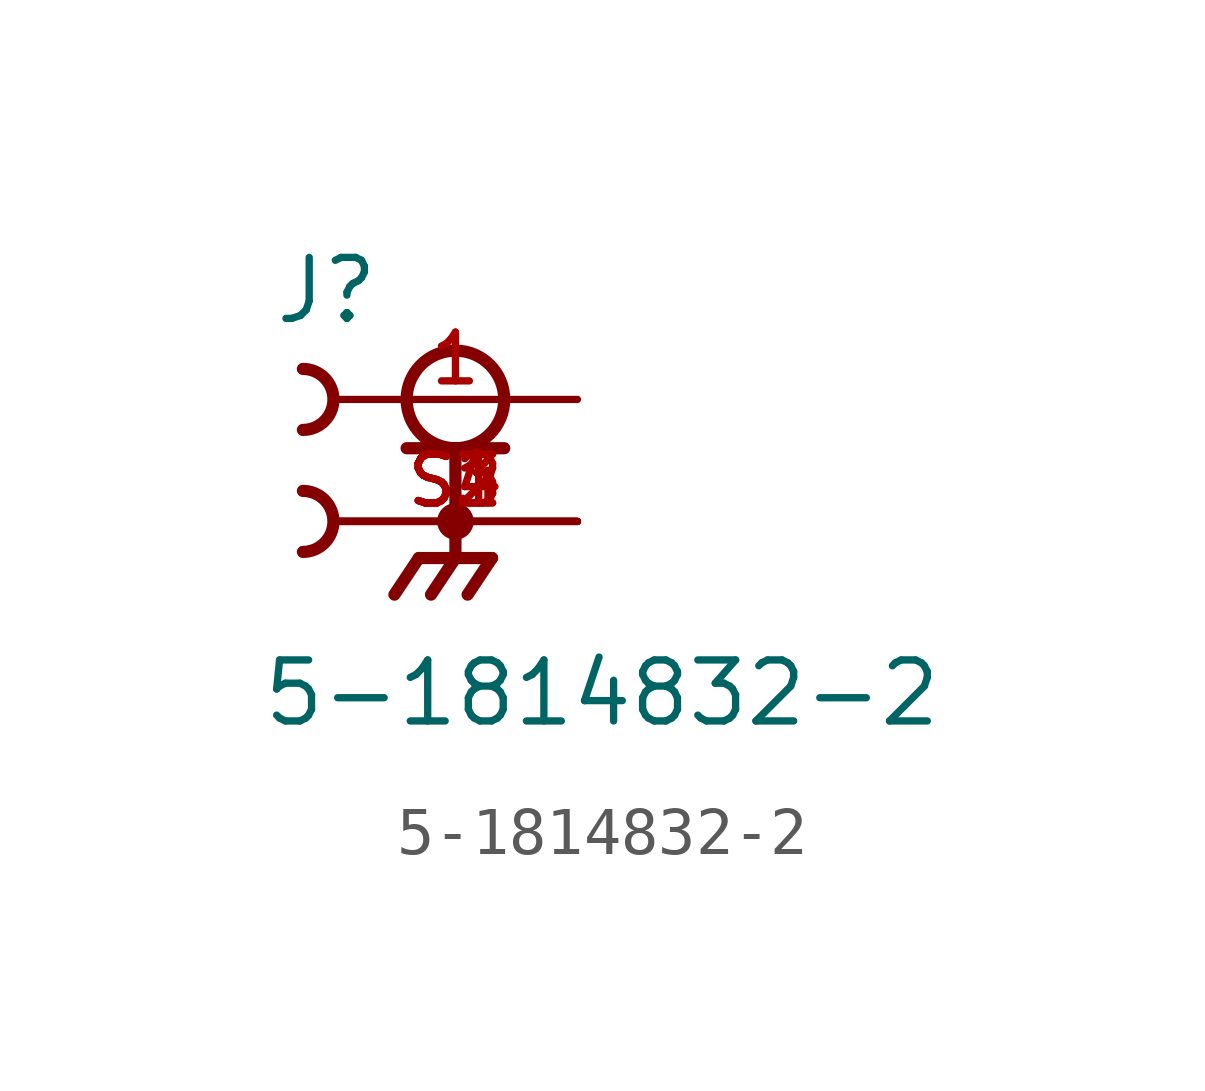
<source format=kicad_sym>
(kicad_symbol_lib
  (version 20211014)
  (generator kicad_symbol_editor)
  (symbol "5-1814832-2"
    (pin_names
      (offset 1.016))
    (property "Reference" "J"
      (at -3.81 1.524 0)
      (effects (font (size 1.27 1.27)) (justify bottom left)))
    (property "Value" "5-1814832-2"
      (at -4.064 -6.858 0)
      (effects (font (size 1.27 1.27)) (justify bottom left)))
    (symbol "5-1814832-2_0_0"
      (circle (center 0.0 0.0) (radius 1.016) (stroke (width 0.254)) (fill (type none)))
      (polyline (pts (xy -1.016 -1.016) (xy 1.016 -1.016)) (stroke (width 0.254)))
      (polyline (pts (xy 0.0 -1.016) (xy 0.0 -3.302)) (stroke (width 0.254)))
      (circle (center 0.0 -2.54) (radius 0.254) (stroke (width 0.254)) (fill (type none)))
      (polyline (pts (xy 0.762 -3.302) (xy -0.762 -3.302)) (stroke (width 0.254)))
      (polyline (pts (xy -0.762 -3.302) (xy -1.27 -4.064)) (stroke (width 0.254)))
      (polyline (pts (xy 0.0 -3.302) (xy -0.508 -4.064)) (stroke (width 0.254)))
      (polyline (pts (xy 0.762 -3.302) (xy 0.254 -4.064)) (stroke (width 0.254)))
      (arc (start -3.175 0.635) (mid -2.54 -0.0) (end -3.175 -0.635) (stroke (width 0.254) (type default) (color 0 0 0 0)) (fill (type none)))
      (arc (start -3.175 -1.905) (mid -2.54 -2.54) (end -3.175 -3.175) (stroke (width 0.254) (type default) (color 0 0 0 0)) (fill (type none)))
      (pin passive line (at 2.54 0.0 180.0) (length 5.08) (name "~" (effects (font (size 1.016 1.016)))) (number "1" (effects (font (size 1.016 1.016)))))
      (pin passive line (at 2.54 -2.54 180.0) (length 5.08) (name "~" (effects (font (size 1.016 1.016)))) (number "S1" (effects (font (size 1.016 1.016)))))
      (pin passive line (at 2.54 -2.54 180.0) (length 5.08) (name "~" (effects (font (size 1.016 1.016)))) (number "S2" (effects (font (size 1.016 1.016)))))
      (pin passive line (at 2.54 -2.54 180.0) (length 5.08) (name "~" (effects (font (size 1.016 1.016)))) (number "S3" (effects (font (size 1.016 1.016)))))
      (pin passive line (at 2.54 -2.54 180.0) (length 5.08) (name "~" (effects (font (size 1.016 1.016)))) (number "S4" (effects (font (size 1.016 1.016))))))))
</source>
